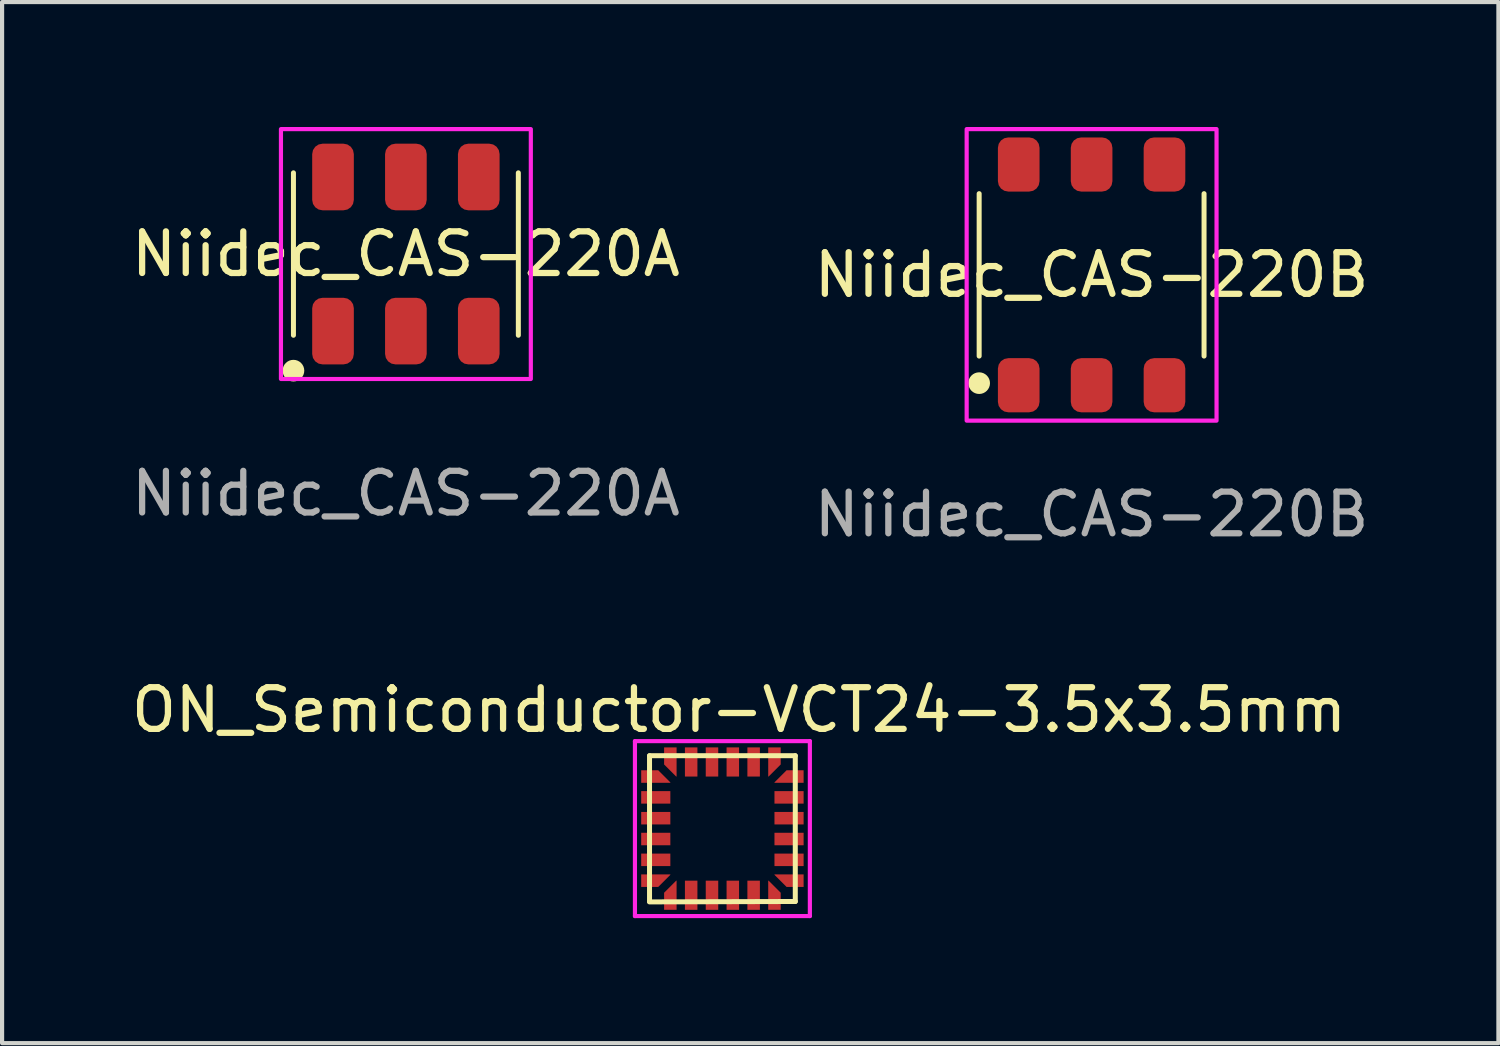
<source format=kicad_pcb>
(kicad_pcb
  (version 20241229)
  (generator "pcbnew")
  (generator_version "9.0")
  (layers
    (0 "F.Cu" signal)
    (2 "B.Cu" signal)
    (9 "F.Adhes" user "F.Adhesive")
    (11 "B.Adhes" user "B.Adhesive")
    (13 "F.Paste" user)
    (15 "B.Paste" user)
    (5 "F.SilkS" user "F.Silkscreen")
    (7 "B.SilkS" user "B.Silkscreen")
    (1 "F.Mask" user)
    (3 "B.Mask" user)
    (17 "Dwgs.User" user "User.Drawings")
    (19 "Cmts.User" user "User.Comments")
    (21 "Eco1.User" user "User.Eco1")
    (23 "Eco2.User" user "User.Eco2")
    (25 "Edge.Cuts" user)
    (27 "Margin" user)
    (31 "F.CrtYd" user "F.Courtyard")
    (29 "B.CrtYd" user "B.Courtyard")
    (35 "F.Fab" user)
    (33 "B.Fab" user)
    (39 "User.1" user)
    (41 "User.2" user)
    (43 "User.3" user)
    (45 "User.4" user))
  (footprint "ON_Semiconductor-VCT24-3.5x3.5mm"
    (layer "F.Cu")
    (at 14.296 16.846)
    (property "Reference" "ON_Semiconductor-VCT24-3.5x3.5mm" (at 0.4 -2.85 0) (layer "F.SilkS") (effects (font (size 1 1) (thickness 0.15))))
    (attr through_hole)
    (fp_line (start -1.75 -1.75) (end -1.75 1.75) (stroke (width 0.12) (type solid)) (layer "F.SilkS"))
    (fp_line (start -1.75 1.76) (end 1.75 1.75) (stroke (width 0.12) (type solid)) (layer "F.SilkS"))
    (fp_line (start 1.75 -1.75) (end -1.75 -1.75) (stroke (width 0.12) (type solid)) (layer "F.SilkS"))
    (fp_line (start 1.75 -1.75) (end 1.75 1.75) (stroke (width 0.12) (type solid)) (layer "F.SilkS"))
    (fp_line (start -2.1 -2.1) (end 2.1 -2.1) (stroke (width 0.1) (type solid)) (layer "F.CrtYd"))
    (fp_line (start -2.1 2.1) (end -2.1 -2.1) (stroke (width 0.1) (type solid)) (layer "F.CrtYd"))
    (fp_line (start 2.1 -2.1) (end 2.1 2.1) (stroke (width 0.1) (type solid)) (layer "F.CrtYd"))
    (fp_line (start 2.1 2.1) (end -2.1 2.1) (stroke (width 0.1) (type solid)) (layer "F.CrtYd"))
    (pad "1" smd custom (at -1.25 1.6) (size 0.3 0.12) (layers "F.Cu" "F.Mask" "F.Paste") (options (anchor rect)) (primitives (gr_poly (pts (xy -0.15 0.35) (xy 0.15 0.35) (xy 0.15 -0.35) (xy 0.14 -0.35) (xy -0.15 -0.06)) (width 0) (fill yes))))
    (pad "2" smd rect (at -0.75 1.6) (size 0.3 0.7) (layers "F.Cu" "F.Mask" "F.Paste"))
    (pad "3" smd rect (at -0.25 1.6) (size 0.3 0.7) (layers "F.Cu" "F.Mask" "F.Paste"))
    (pad "4" smd rect (at 0.25 1.6) (size 0.3 0.7) (layers "F.Cu" "F.Mask" "F.Paste"))
    (pad "5" smd rect (at 0.75 1.6) (size 0.3 0.7) (layers "F.Cu" "F.Mask" "F.Paste"))
    (pad "6" smd custom (at 1.25 1.6) (size 0.3 0.12) (layers "F.Cu" "F.Mask" "F.Paste") (options (anchor rect)) (primitives (gr_poly (pts (xy 0.15 0.35) (xy -0.15 0.35) (xy -0.15 -0.35) (xy -0.14 -0.35) (xy 0.15 -0.06)) (width 0) (fill yes))))
    (pad "7" smd custom (at 1.6 1.25 90) (size 0.3 0.12) (layers "F.Cu" "F.Mask" "F.Paste") (options (anchor rect)) (primitives (gr_poly (pts (xy -0.15 0.35) (xy 0.15 0.35) (xy 0.15 -0.35) (xy 0.14 -0.35) (xy -0.15 -0.06)) (width 0) (fill yes))))
    (pad "8" smd rect (at 1.6 0.75 90) (size 0.3 0.7) (layers "F.Cu" "F.Mask" "F.Paste"))
    (pad "9" smd rect (at 1.6 0.25 90) (size 0.3 0.7) (layers "F.Cu" "F.Mask" "F.Paste"))
    (pad "10" smd rect (at 1.6 -0.25 90) (size 0.3 0.7) (layers "F.Cu" "F.Mask" "F.Paste"))
    (pad "11" smd rect (at 1.6 -0.75 90) (size 0.3 0.7) (layers "F.Cu" "F.Mask" "F.Paste"))
    (pad "12" smd custom (at 1.6 -1.25 90) (size 0.3 0.12) (layers "F.Cu" "F.Mask" "F.Paste") (options (anchor rect)) (primitives (gr_poly (pts (xy 0.15 0.35) (xy -0.15 0.35) (xy -0.15 -0.35) (xy -0.14 -0.35) (xy 0.15 -0.06)) (width 0) (fill yes))))
    (pad "13" smd custom (at 1.25 -1.6 180) (size 0.3 0.12) (layers "F.Cu" "F.Mask" "F.Paste") (options (anchor rect)) (primitives (gr_poly (pts (xy -0.15 0.35) (xy 0.15 0.35) (xy 0.15 -0.35) (xy 0.14 -0.35) (xy -0.15 -0.06)) (width 0) (fill yes))))
    (pad "14" smd rect (at 0.75 -1.6) (size 0.3 0.7) (layers "F.Cu" "F.Mask" "F.Paste"))
    (pad "15" smd rect (at 0.25 -1.6) (size 0.3 0.7) (layers "F.Cu" "F.Mask" "F.Paste"))
    (pad "16" smd rect (at -0.25 -1.6) (size 0.3 0.7) (layers "F.Cu" "F.Mask" "F.Paste"))
    (pad "17" smd rect (at -0.75 -1.6) (size 0.3 0.7) (layers "F.Cu" "F.Mask" "F.Paste"))
    (pad "18" smd custom (at -1.25 -1.6 180) (size 0.3 0.12) (layers "F.Cu" "F.Mask" "F.Paste") (options (anchor rect)) (primitives (gr_poly (pts (xy 0.15 0.35) (xy -0.15 0.35) (xy -0.15 -0.35) (xy -0.14 -0.35) (xy 0.15 -0.06)) (width 0) (fill yes))))
    (pad "19" smd custom (at -1.6 -1.25 270) (size 0.3 0.12) (layers "F.Cu" "F.Mask" "F.Paste") (options (anchor rect)) (primitives (gr_poly (pts (xy -0.15 0.35) (xy 0.15 0.35) (xy 0.15 -0.35) (xy 0.14 -0.35) (xy -0.15 -0.06)) (width 0) (fill yes))))
    (pad "20" smd rect (at -1.6 -0.75 90) (size 0.3 0.7) (layers "F.Cu" "F.Mask" "F.Paste"))
    (pad "21" smd rect (at -1.6 -0.25 90) (size 0.3 0.7) (layers "F.Cu" "F.Mask" "F.Paste"))
    (pad "22" smd rect (at -1.6 0.25 90) (size 0.3 0.7) (layers "F.Cu" "F.Mask" "F.Paste"))
    (pad "23" smd rect (at -1.6 0.75 90) (size 0.3 0.7) (layers "F.Cu" "F.Mask" "F.Paste"))
    (pad "24" smd custom (at -1.6 1.25 270) (size 0.3 0.12) (layers "F.Cu" "F.Mask" "F.Paste") (options (anchor rect)) (primitives (gr_poly (pts (xy 0.15 0.35) (xy -0.15 0.35) (xy -0.15 -0.35) (xy -0.14 -0.35) (xy 0.15 -0.06)) (width 0) (fill yes)))))
  (footprint "Niidec_CAS-220A"
    (layer "F.Cu")
    (at 6.696 3.05)
    (property "Reference" "Niidec_CAS-220A" (at 0 0 0) (unlocked yes) (layer "F.SilkS") (effects (font (size 1 1) (thickness 0.15))))
    (attr smd)
    (fp_line (start -2.7 -1.95) (end -2.7 1.95) (stroke (width 0.12) (type default)) (layer "F.SilkS"))
    (fp_line (start 2.7 -1.95) (end 2.7 1.95) (stroke (width 0.12) (type default)) (layer "F.SilkS"))
    (fp_circle (center -2.7 2.8) (end -2.5 2.8) (stroke (width 0.12) (type solid)) (fill yes) (layer "F.SilkS"))
    (fp_rect (start -3 -3) (end 3 3) (stroke (width 0.1) (type default)) (fill no) (layer "F.CrtYd"))
    (fp_text user "${REFERENCE}" (at 0 5.75 0) (unlocked yes) (layer "F.Fab") (effects (font (size 1 1) (thickness 0.15))))
    (pad "1" smd roundrect (at -1.75 1.85) (size 1 1.6) (layers "F.Cu" "F.Mask" "F.Paste") (roundrect_rratio 0.25))
    (pad "2" smd roundrect (at 0 1.85) (size 1 1.6) (layers "F.Cu" "F.Mask" "F.Paste") (roundrect_rratio 0.25))
    (pad "3" smd roundrect (at 1.75 1.85) (size 1 1.6) (layers "F.Cu" "F.Mask" "F.Paste") (roundrect_rratio 0.25))
    (pad "4" smd roundrect (at -1.75 -1.85) (size 1 1.6) (layers "F.Cu" "F.Mask" "F.Paste") (roundrect_rratio 0.25))
    (pad "5" smd roundrect (at 0 -1.85) (size 1 1.6) (layers "F.Cu" "F.Mask" "F.Paste") (roundrect_rratio 0.25))
    (pad "6" smd roundrect (at 1.75 -1.85) (size 1 1.6) (layers "F.Cu" "F.Mask" "F.Paste") (roundrect_rratio 0.25)))
  (footprint "Niidec_CAS-220B"
    (layer "F.Cu")
    (at 23.161 3.55)
    (property "Reference" "Niidec_CAS-220B" (at 0 0 0) (unlocked yes) (layer "F.SilkS") (effects (font (size 1 1) (thickness 0.15))))
    (attr smd)
    (fp_line (start -2.7 -1.95) (end -2.7 1.95) (stroke (width 0.12) (type default)) (layer "F.SilkS"))
    (fp_line (start 2.7 -1.95) (end 2.7 1.95) (stroke (width 0.12) (type default)) (layer "F.SilkS"))
    (fp_circle (center -2.7 2.6) (end -2.5 2.6) (stroke (width 0.12) (type solid)) (fill yes) (layer "F.SilkS"))
    (fp_rect (start -3 -3.5) (end 3 3.5) (stroke (width 0.1) (type default)) (fill no) (layer "F.CrtYd"))
    (fp_text user "${REFERENCE}" (at 0 5.75 0) (unlocked yes) (layer "F.Fab") (effects (font (size 1 1) (thickness 0.15))))
    (pad "1" smd roundrect (at -1.75 2.65) (size 1 1.3) (layers "F.Cu" "F.Mask" "F.Paste") (roundrect_rratio 0.25))
    (pad "2" smd roundrect (at 0 2.65) (size 1 1.3) (layers "F.Cu" "F.Mask" "F.Paste") (roundrect_rratio 0.25))
    (pad "3" smd roundrect (at 1.75 2.65) (size 1 1.3) (layers "F.Cu" "F.Mask" "F.Paste") (roundrect_rratio 0.25))
    (pad "4" smd roundrect (at -1.75 -2.65) (size 1 1.3) (layers "F.Cu" "F.Mask" "F.Paste") (roundrect_rratio 0.25))
    (pad "5" smd roundrect (at 0 -2.65) (size 1 1.3) (layers "F.Cu" "F.Mask" "F.Paste") (roundrect_rratio 0.25))
    (pad "6" smd roundrect (at 1.75 -2.65) (size 1 1.3) (layers "F.Cu" "F.Mask" "F.Paste") (roundrect_rratio 0.25)))
  (gr_rect
    (start -3 -3)
    (end 32.929 21.997)
    (stroke (width 0.1) (type default))
    (fill no)
    (layer "Edge.Cuts")))
</source>
